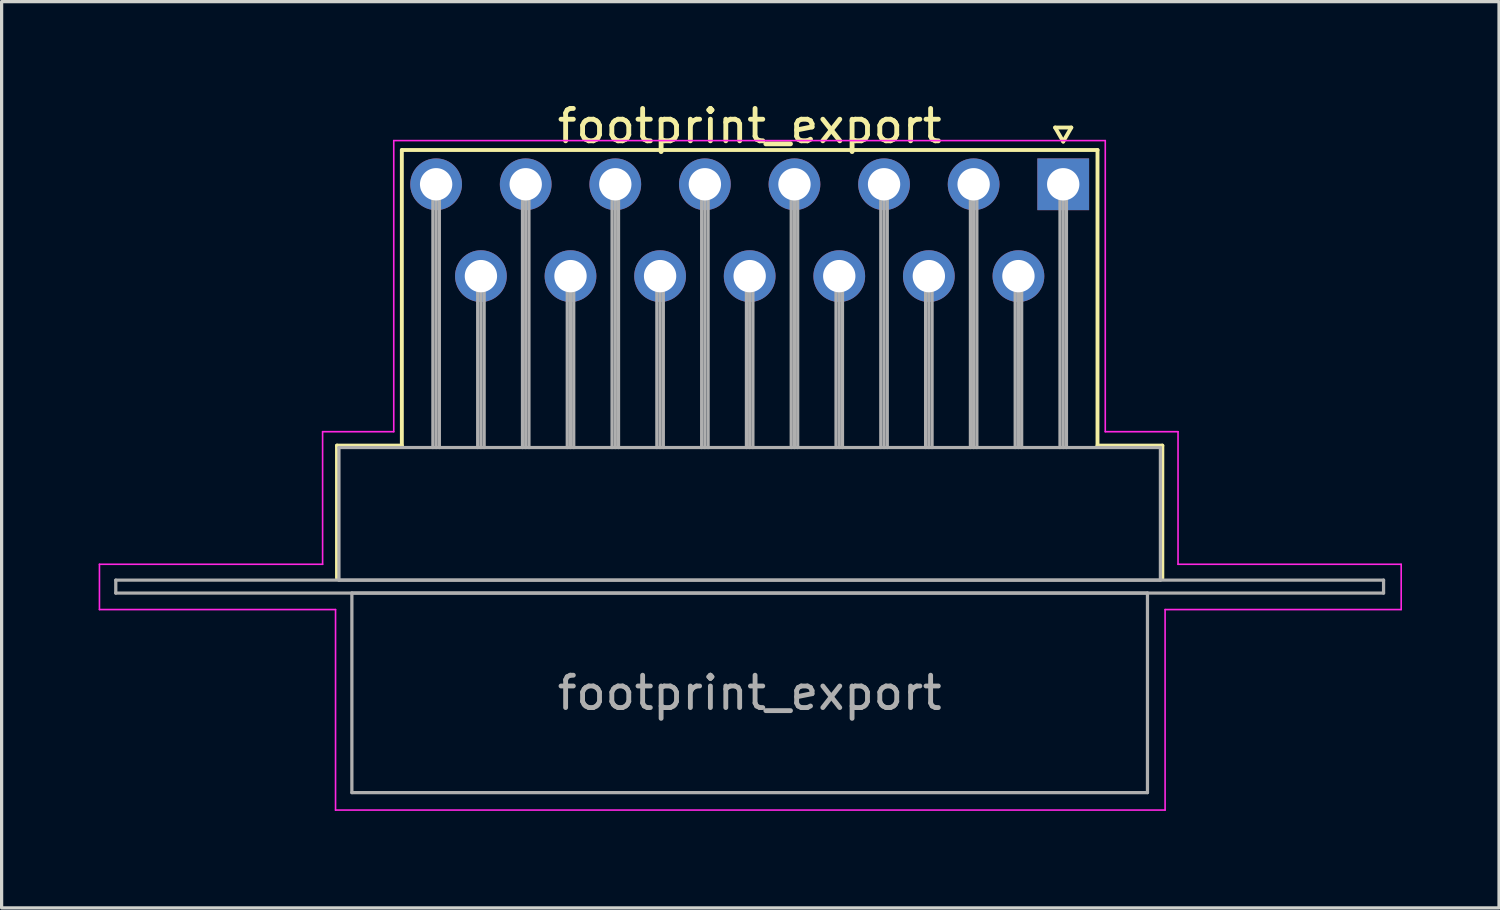
<source format=kicad_pcb>
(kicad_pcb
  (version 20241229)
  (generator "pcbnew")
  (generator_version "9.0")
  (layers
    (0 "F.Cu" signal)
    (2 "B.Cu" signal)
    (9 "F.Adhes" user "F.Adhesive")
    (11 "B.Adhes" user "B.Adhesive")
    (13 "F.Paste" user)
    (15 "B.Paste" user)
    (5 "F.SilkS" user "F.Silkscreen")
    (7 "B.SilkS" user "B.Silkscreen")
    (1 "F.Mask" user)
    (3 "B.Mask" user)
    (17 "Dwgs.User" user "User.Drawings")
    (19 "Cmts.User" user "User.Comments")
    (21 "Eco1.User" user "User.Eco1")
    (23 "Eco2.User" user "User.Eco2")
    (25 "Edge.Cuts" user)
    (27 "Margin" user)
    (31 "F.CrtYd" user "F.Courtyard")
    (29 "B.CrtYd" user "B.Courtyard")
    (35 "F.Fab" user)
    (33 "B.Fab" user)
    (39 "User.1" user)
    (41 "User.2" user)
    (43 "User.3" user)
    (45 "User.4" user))
  (footprint "footprint_export"
    (layer "F.Cu")
    (at 29.825 2.648)
    (property "Reference" "footprint_export" (at -9.695 -1.8 0) (layer "F.SilkS") (effects (font (size 1 1) (thickness 0.15))))
    (attr through_hole)
    (fp_line (start -22.455 8.08) (end -20.45 8.08) (stroke (width 0.12) (type solid)) (layer "F.SilkS"))
    (fp_line (start -22.455 12.18) (end -22.455 8.08) (stroke (width 0.12) (type solid)) (layer "F.SilkS"))
    (fp_line (start -20.45 -1.06) (end 1.06 -1.06) (stroke (width 0.12) (type solid)) (layer "F.SilkS"))
    (fp_line (start -20.45 8.08) (end -20.45 -1.06) (stroke (width 0.12) (type solid)) (layer "F.SilkS"))
    (fp_line (start -0.25 -1.754) (end 0.25 -1.754) (stroke (width 0.12) (type solid)) (layer "F.SilkS"))
    (fp_line (start 0 -1.321) (end -0.25 -1.754) (stroke (width 0.12) (type solid)) (layer "F.SilkS"))
    (fp_line (start 0.25 -1.754) (end 0 -1.321) (stroke (width 0.12) (type solid)) (layer "F.SilkS"))
    (fp_line (start 1.06 -1.06) (end 1.06 8.08) (stroke (width 0.12) (type solid)) (layer "F.SilkS"))
    (fp_line (start 1.06 8.08) (end 3.065 8.08) (stroke (width 0.12) (type solid)) (layer "F.SilkS"))
    (fp_line (start 3.065 8.08) (end 3.065 12.18) (stroke (width 0.12) (type solid)) (layer "F.SilkS"))
    (fp_line (start -29.8 11.75) (end -22.9 11.75) (stroke (width 0.05) (type solid)) (layer "F.CrtYd"))
    (fp_line (start -29.8 13.15) (end -29.8 11.75) (stroke (width 0.05) (type solid)) (layer "F.CrtYd"))
    (fp_line (start -22.9 7.65) (end -20.7 7.65) (stroke (width 0.05) (type solid)) (layer "F.CrtYd"))
    (fp_line (start -22.9 11.75) (end -22.9 7.65) (stroke (width 0.05) (type solid)) (layer "F.CrtYd"))
    (fp_line (start -22.5 13.15) (end -29.8 13.15) (stroke (width 0.05) (type solid)) (layer "F.CrtYd"))
    (fp_line (start -22.5 19.35) (end -22.5 13.15) (stroke (width 0.05) (type solid)) (layer "F.CrtYd"))
    (fp_line (start -20.7 -1.35) (end 1.3 -1.35) (stroke (width 0.05) (type solid)) (layer "F.CrtYd"))
    (fp_line (start -20.7 7.65) (end -20.7 -1.35) (stroke (width 0.05) (type solid)) (layer "F.CrtYd"))
    (fp_line (start 1.3 -1.35) (end 1.3 7.65) (stroke (width 0.05) (type solid)) (layer "F.CrtYd"))
    (fp_line (start 1.3 7.65) (end 3.55 7.65) (stroke (width 0.05) (type solid)) (layer "F.CrtYd"))
    (fp_line (start 3.15 13.15) (end 3.15 19.35) (stroke (width 0.05) (type solid)) (layer "F.CrtYd"))
    (fp_line (start 3.15 19.35) (end -22.5 19.35) (stroke (width 0.05) (type solid)) (layer "F.CrtYd"))
    (fp_line (start 3.55 7.65) (end 3.55 11.75) (stroke (width 0.05) (type solid)) (layer "F.CrtYd"))
    (fp_line (start 3.55 11.75) (end 10.45 11.75) (stroke (width 0.05) (type solid)) (layer "F.CrtYd"))
    (fp_line (start 10.45 11.75) (end 10.45 13.15) (stroke (width 0.05) (type solid)) (layer "F.CrtYd"))
    (fp_line (start 10.45 13.15) (end 3.15 13.15) (stroke (width 0.05) (type solid)) (layer "F.CrtYd"))
    (fp_line (start -29.295 12.24) (end -29.295 12.64) (stroke (width 0.1) (type solid)) (layer "F.Fab"))
    (fp_line (start -29.295 12.64) (end 9.905 12.64) (stroke (width 0.1) (type solid)) (layer "F.Fab"))
    (fp_line (start -22.395 8.14) (end -22.395 12.24) (stroke (width 0.1) (type solid)) (layer "F.Fab"))
    (fp_line (start -22.395 12.24) (end 3.005 12.24) (stroke (width 0.1) (type solid)) (layer "F.Fab"))
    (fp_line (start -21.995 12.64) (end -21.995 18.81) (stroke (width 0.1) (type solid)) (layer "F.Fab"))
    (fp_line (start -21.995 18.81) (end 2.605 18.81) (stroke (width 0.1) (type solid)) (layer "F.Fab"))
    (fp_line (start -19.49 0) (end -19.49 8.14) (stroke (width 0.1) (type solid)) (layer "F.Fab"))
    (fp_line (start -19.39 0) (end -19.39 8.14) (stroke (width 0.1) (type solid)) (layer "F.Fab"))
    (fp_line (start -19.29 0) (end -19.29 8.14) (stroke (width 0.1) (type solid)) (layer "F.Fab"))
    (fp_line (start -18.105 2.84) (end -18.105 8.14) (stroke (width 0.1) (type solid)) (layer "F.Fab"))
    (fp_line (start -18.005 2.84) (end -18.005 8.14) (stroke (width 0.1) (type solid)) (layer "F.Fab"))
    (fp_line (start -17.905 2.84) (end -17.905 8.14) (stroke (width 0.1) (type solid)) (layer "F.Fab"))
    (fp_line (start -16.72 0) (end -16.72 8.14) (stroke (width 0.1) (type solid)) (layer "F.Fab"))
    (fp_line (start -16.62 0) (end -16.62 8.14) (stroke (width 0.1) (type solid)) (layer "F.Fab"))
    (fp_line (start -16.52 0) (end -16.52 8.14) (stroke (width 0.1) (type solid)) (layer "F.Fab"))
    (fp_line (start -15.335 2.84) (end -15.335 8.14) (stroke (width 0.1) (type solid)) (layer "F.Fab"))
    (fp_line (start -15.235 2.84) (end -15.235 8.14) (stroke (width 0.1) (type solid)) (layer "F.Fab"))
    (fp_line (start -15.135 2.84) (end -15.135 8.14) (stroke (width 0.1) (type solid)) (layer "F.Fab"))
    (fp_line (start -13.95 0) (end -13.95 8.14) (stroke (width 0.1) (type solid)) (layer "F.Fab"))
    (fp_line (start -13.85 0) (end -13.85 8.14) (stroke (width 0.1) (type solid)) (layer "F.Fab"))
    (fp_line (start -13.75 0) (end -13.75 8.14) (stroke (width 0.1) (type solid)) (layer "F.Fab"))
    (fp_line (start -12.565 2.84) (end -12.565 8.14) (stroke (width 0.1) (type solid)) (layer "F.Fab"))
    (fp_line (start -12.465 2.84) (end -12.465 8.14) (stroke (width 0.1) (type solid)) (layer "F.Fab"))
    (fp_line (start -12.365 2.84) (end -12.365 8.14) (stroke (width 0.1) (type solid)) (layer "F.Fab"))
    (fp_line (start -11.18 0) (end -11.18 8.14) (stroke (width 0.1) (type solid)) (layer "F.Fab"))
    (fp_line (start -11.08 0) (end -11.08 8.14) (stroke (width 0.1) (type solid)) (layer "F.Fab"))
    (fp_line (start -10.98 0) (end -10.98 8.14) (stroke (width 0.1) (type solid)) (layer "F.Fab"))
    (fp_line (start -9.795 2.84) (end -9.795 8.14) (stroke (width 0.1) (type solid)) (layer "F.Fab"))
    (fp_line (start -9.695 2.84) (end -9.695 8.14) (stroke (width 0.1) (type solid)) (layer "F.Fab"))
    (fp_line (start -9.595 2.84) (end -9.595 8.14) (stroke (width 0.1) (type solid)) (layer "F.Fab"))
    (fp_line (start -8.41 0) (end -8.41 8.14) (stroke (width 0.1) (type solid)) (layer "F.Fab"))
    (fp_line (start -8.31 0) (end -8.31 8.14) (stroke (width 0.1) (type solid)) (layer "F.Fab"))
    (fp_line (start -8.21 0) (end -8.21 8.14) (stroke (width 0.1) (type solid)) (layer "F.Fab"))
    (fp_line (start -7.025 2.84) (end -7.025 8.14) (stroke (width 0.1) (type solid)) (layer "F.Fab"))
    (fp_line (start -6.925 2.84) (end -6.925 8.14) (stroke (width 0.1) (type solid)) (layer "F.Fab"))
    (fp_line (start -6.825 2.84) (end -6.825 8.14) (stroke (width 0.1) (type solid)) (layer "F.Fab"))
    (fp_line (start -5.64 0) (end -5.64 8.14) (stroke (width 0.1) (type solid)) (layer "F.Fab"))
    (fp_line (start -5.54 0) (end -5.54 8.14) (stroke (width 0.1) (type solid)) (layer "F.Fab"))
    (fp_line (start -5.44 0) (end -5.44 8.14) (stroke (width 0.1) (type solid)) (layer "F.Fab"))
    (fp_line (start -4.255 2.84) (end -4.255 8.14) (stroke (width 0.1) (type solid)) (layer "F.Fab"))
    (fp_line (start -4.155 2.84) (end -4.155 8.14) (stroke (width 0.1) (type solid)) (layer "F.Fab"))
    (fp_line (start -4.055 2.84) (end -4.055 8.14) (stroke (width 0.1) (type solid)) (layer "F.Fab"))
    (fp_line (start -2.87 0) (end -2.87 8.14) (stroke (width 0.1) (type solid)) (layer "F.Fab"))
    (fp_line (start -2.77 0) (end -2.77 8.14) (stroke (width 0.1) (type solid)) (layer "F.Fab"))
    (fp_line (start -2.67 0) (end -2.67 8.14) (stroke (width 0.1) (type solid)) (layer "F.Fab"))
    (fp_line (start -1.485 2.84) (end -1.485 8.14) (stroke (width 0.1) (type solid)) (layer "F.Fab"))
    (fp_line (start -1.385 2.84) (end -1.385 8.14) (stroke (width 0.1) (type solid)) (layer "F.Fab"))
    (fp_line (start -1.285 2.84) (end -1.285 8.14) (stroke (width 0.1) (type solid)) (layer "F.Fab"))
    (fp_line (start -0.1 0) (end -0.1 8.14) (stroke (width 0.1) (type solid)) (layer "F.Fab"))
    (fp_line (start 0 0) (end 0 8.14) (stroke (width 0.1) (type solid)) (layer "F.Fab"))
    (fp_line (start 0.1 0) (end 0.1 8.14) (stroke (width 0.1) (type solid)) (layer "F.Fab"))
    (fp_line (start 2.605 12.64) (end -21.995 12.64) (stroke (width 0.1) (type solid)) (layer "F.Fab"))
    (fp_line (start 2.605 18.81) (end 2.605 12.64) (stroke (width 0.1) (type solid)) (layer "F.Fab"))
    (fp_line (start 3.005 8.14) (end -22.395 8.14) (stroke (width 0.1) (type solid)) (layer "F.Fab"))
    (fp_line (start 3.005 12.24) (end 3.005 8.14) (stroke (width 0.1) (type solid)) (layer "F.Fab"))
    (fp_line (start 9.905 12.24) (end -29.295 12.24) (stroke (width 0.1) (type solid)) (layer "F.Fab"))
    (fp_line (start 9.905 12.64) (end 9.905 12.24) (stroke (width 0.1) (type solid)) (layer "F.Fab"))
    (fp_text user "${REFERENCE}" (at -9.695 15.725 0) (layer "F.Fab") (effects (font (size 1 1) (thickness 0.15))))
    (pad "1" thru_hole rect (at 0 0) (size 1.6 1.6) (drill 1) (layers "*.Cu" "*.Mask"))
    (pad "2" thru_hole circle (at -2.77 0) (size 1.6 1.6) (drill 1) (layers "*.Cu" "*.Mask"))
    (pad "3" thru_hole circle (at -5.54 0) (size 1.6 1.6) (drill 1) (layers "*.Cu" "*.Mask"))
    (pad "4" thru_hole circle (at -8.31 0) (size 1.6 1.6) (drill 1) (layers "*.Cu" "*.Mask"))
    (pad "5" thru_hole circle (at -11.08 0) (size 1.6 1.6) (drill 1) (layers "*.Cu" "*.Mask"))
    (pad "6" thru_hole circle (at -13.85 0) (size 1.6 1.6) (drill 1) (layers "*.Cu" "*.Mask"))
    (pad "7" thru_hole circle (at -16.62 0) (size 1.6 1.6) (drill 1) (layers "*.Cu" "*.Mask"))
    (pad "8" thru_hole circle (at -19.39 0) (size 1.6 1.6) (drill 1) (layers "*.Cu" "*.Mask"))
    (pad "9" thru_hole circle (at -1.385 2.84) (size 1.6 1.6) (drill 1) (layers "*.Cu" "*.Mask"))
    (pad "10" thru_hole circle (at -4.155 2.84) (size 1.6 1.6) (drill 1) (layers "*.Cu" "*.Mask"))
    (pad "11" thru_hole circle (at -6.925 2.84) (size 1.6 1.6) (drill 1) (layers "*.Cu" "*.Mask"))
    (pad "12" thru_hole circle (at -9.695 2.84) (size 1.6 1.6) (drill 1) (layers "*.Cu" "*.Mask"))
    (pad "13" thru_hole circle (at -12.465 2.84) (size 1.6 1.6) (drill 1) (layers "*.Cu" "*.Mask"))
    (pad "14" thru_hole circle (at -15.235 2.84) (size 1.6 1.6) (drill 1) (layers "*.Cu" "*.Mask"))
    (pad "15" thru_hole circle (at -18.005 2.84) (size 1.6 1.6) (drill 1) (layers "*.Cu" "*.Mask")))
  (gr_rect
    (start -3 -3)
    (end 43.3 25.023)
    (stroke (width 0.1) (type default))
    (fill no)
    (layer "Edge.Cuts")))
</source>
